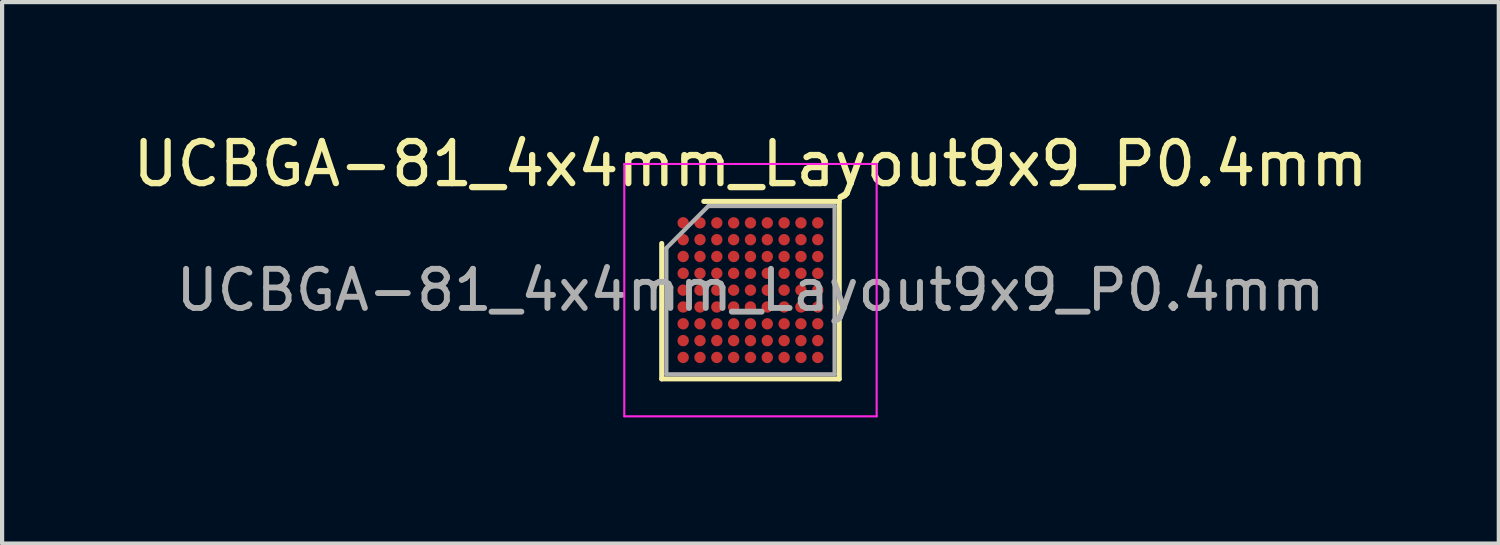
<source format=kicad_pcb>
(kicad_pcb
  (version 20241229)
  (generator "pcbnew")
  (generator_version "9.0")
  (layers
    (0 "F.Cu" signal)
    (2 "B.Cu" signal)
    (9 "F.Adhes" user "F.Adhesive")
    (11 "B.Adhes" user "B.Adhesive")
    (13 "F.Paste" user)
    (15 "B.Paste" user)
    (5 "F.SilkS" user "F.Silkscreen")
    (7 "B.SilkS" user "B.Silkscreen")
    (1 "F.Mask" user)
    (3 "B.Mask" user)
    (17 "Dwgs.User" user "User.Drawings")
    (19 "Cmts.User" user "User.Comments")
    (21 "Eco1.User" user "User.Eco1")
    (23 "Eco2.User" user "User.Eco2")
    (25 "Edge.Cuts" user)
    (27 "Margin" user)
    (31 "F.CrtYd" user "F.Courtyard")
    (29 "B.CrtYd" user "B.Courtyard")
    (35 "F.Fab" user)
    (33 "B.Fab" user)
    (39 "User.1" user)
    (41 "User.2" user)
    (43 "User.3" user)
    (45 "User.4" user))
  (footprint "UCBGA-81_4x4mm_Layout9x9_P0.4mm"
    (layer "F.Cu")
    (at 14.792 3.848)
    (property "Reference" "UCBGA-81_4x4mm_Layout9x9_P0.4mm" (at 0 -3 0) (layer "F.SilkS") (effects (font (size 1 1) (thickness 0.15))))
    (attr smd)
    (fp_line (start -2.11 2.11) (end -2.11 -1.11) (stroke (width 0.12) (type solid)) (layer "F.SilkS"))
    (fp_line (start -1.11 -2.11) (end 2.11 -2.11) (stroke (width 0.12) (type solid)) (layer "F.SilkS"))
    (fp_line (start 2.11 -2.11) (end 2.11 2.11) (stroke (width 0.12) (type solid)) (layer "F.SilkS"))
    (fp_line (start 2.11 2.11) (end -2.11 2.11) (stroke (width 0.12) (type solid)) (layer "F.SilkS"))
    (fp_line (start -3 -3) (end -3 3) (stroke (width 0.05) (type solid)) (layer "F.CrtYd"))
    (fp_line (start -3 3) (end 3 3) (stroke (width 0.05) (type solid)) (layer "F.CrtYd"))
    (fp_line (start 3 -3) (end -3 -3) (stroke (width 0.05) (type solid)) (layer "F.CrtYd"))
    (fp_line (start 3 3) (end 3 -3) (stroke (width 0.05) (type solid)) (layer "F.CrtYd"))
    (fp_line (start -2 -1) (end -1 -2) (stroke (width 0.1) (type solid)) (layer "F.Fab"))
    (fp_line (start -2 2) (end -2 -1) (stroke (width 0.1) (type solid)) (layer "F.Fab"))
    (fp_line (start -1 -2) (end 2 -2) (stroke (width 0.1) (type solid)) (layer "F.Fab"))
    (fp_line (start 2 -2) (end 2 2) (stroke (width 0.1) (type solid)) (layer "F.Fab"))
    (fp_line (start 2 2) (end -2 2) (stroke (width 0.1) (type solid)) (layer "F.Fab"))
    (fp_text user "${REFERENCE}" (at 0 0 0) (layer "F.Fab") (effects (font (size 0.93 0.93) (thickness 0.14))))
    (pad "A1" smd circle (at -1.6 -1.6) (size 0.27 0.27) (layers "F.Cu" "F.Mask" "F.Paste"))
    (pad "A2" smd circle (at -1.2 -1.6) (size 0.27 0.27) (layers "F.Cu" "F.Mask" "F.Paste"))
    (pad "A3" smd circle (at -0.8 -1.6) (size 0.27 0.27) (layers "F.Cu" "F.Mask" "F.Paste"))
    (pad "A4" smd circle (at -0.4 -1.6) (size 0.27 0.27) (layers "F.Cu" "F.Mask" "F.Paste"))
    (pad "A5" smd circle (at 0 -1.6) (size 0.27 0.27) (layers "F.Cu" "F.Mask" "F.Paste"))
    (pad "A6" smd circle (at 0.4 -1.6) (size 0.27 0.27) (layers "F.Cu" "F.Mask" "F.Paste"))
    (pad "A7" smd circle (at 0.8 -1.6) (size 0.27 0.27) (layers "F.Cu" "F.Mask" "F.Paste"))
    (pad "A8" smd circle (at 1.2 -1.6) (size 0.27 0.27) (layers "F.Cu" "F.Mask" "F.Paste"))
    (pad "A9" smd circle (at 1.6 -1.6) (size 0.27 0.27) (layers "F.Cu" "F.Mask" "F.Paste"))
    (pad "B1" smd circle (at -1.6 -1.2) (size 0.27 0.27) (layers "F.Cu" "F.Mask" "F.Paste"))
    (pad "B2" smd circle (at -1.2 -1.2) (size 0.27 0.27) (layers "F.Cu" "F.Mask" "F.Paste"))
    (pad "B3" smd circle (at -0.8 -1.2) (size 0.27 0.27) (layers "F.Cu" "F.Mask" "F.Paste"))
    (pad "B4" smd circle (at -0.4 -1.2) (size 0.27 0.27) (layers "F.Cu" "F.Mask" "F.Paste"))
    (pad "B5" smd circle (at 0 -1.2) (size 0.27 0.27) (layers "F.Cu" "F.Mask" "F.Paste"))
    (pad "B6" smd circle (at 0.4 -1.2) (size 0.27 0.27) (layers "F.Cu" "F.Mask" "F.Paste"))
    (pad "B7" smd circle (at 0.8 -1.2) (size 0.27 0.27) (layers "F.Cu" "F.Mask" "F.Paste"))
    (pad "B8" smd circle (at 1.2 -1.2) (size 0.27 0.27) (layers "F.Cu" "F.Mask" "F.Paste"))
    (pad "B9" smd circle (at 1.6 -1.2) (size 0.27 0.27) (layers "F.Cu" "F.Mask" "F.Paste"))
    (pad "C1" smd circle (at -1.6 -0.8) (size 0.27 0.27) (layers "F.Cu" "F.Mask" "F.Paste"))
    (pad "C2" smd circle (at -1.2 -0.8) (size 0.27 0.27) (layers "F.Cu" "F.Mask" "F.Paste"))
    (pad "C3" smd circle (at -0.8 -0.8) (size 0.27 0.27) (layers "F.Cu" "F.Mask" "F.Paste"))
    (pad "C4" smd circle (at -0.4 -0.8) (size 0.27 0.27) (layers "F.Cu" "F.Mask" "F.Paste"))
    (pad "C5" smd circle (at 0 -0.8) (size 0.27 0.27) (layers "F.Cu" "F.Mask" "F.Paste"))
    (pad "C6" smd circle (at 0.4 -0.8) (size 0.27 0.27) (layers "F.Cu" "F.Mask" "F.Paste"))
    (pad "C7" smd circle (at 0.8 -0.8) (size 0.27 0.27) (layers "F.Cu" "F.Mask" "F.Paste"))
    (pad "C8" smd circle (at 1.2 -0.8) (size 0.27 0.27) (layers "F.Cu" "F.Mask" "F.Paste"))
    (pad "C9" smd circle (at 1.6 -0.8) (size 0.27 0.27) (layers "F.Cu" "F.Mask" "F.Paste"))
    (pad "D1" smd circle (at -1.6 -0.4) (size 0.27 0.27) (layers "F.Cu" "F.Mask" "F.Paste"))
    (pad "D2" smd circle (at -1.2 -0.4) (size 0.27 0.27) (layers "F.Cu" "F.Mask" "F.Paste"))
    (pad "D3" smd circle (at -0.8 -0.4) (size 0.27 0.27) (layers "F.Cu" "F.Mask" "F.Paste"))
    (pad "D4" smd circle (at -0.4 -0.4) (size 0.27 0.27) (layers "F.Cu" "F.Mask" "F.Paste"))
    (pad "D5" smd circle (at 0 -0.4) (size 0.27 0.27) (layers "F.Cu" "F.Mask" "F.Paste"))
    (pad "D6" smd circle (at 0.4 -0.4) (size 0.27 0.27) (layers "F.Cu" "F.Mask" "F.Paste"))
    (pad "D7" smd circle (at 0.8 -0.4) (size 0.27 0.27) (layers "F.Cu" "F.Mask" "F.Paste"))
    (pad "D8" smd circle (at 1.2 -0.4) (size 0.27 0.27) (layers "F.Cu" "F.Mask" "F.Paste"))
    (pad "D9" smd circle (at 1.6 -0.4) (size 0.27 0.27) (layers "F.Cu" "F.Mask" "F.Paste"))
    (pad "E1" smd circle (at -1.6 0) (size 0.27 0.27) (layers "F.Cu" "F.Mask" "F.Paste"))
    (pad "E2" smd circle (at -1.2 0) (size 0.27 0.27) (layers "F.Cu" "F.Mask" "F.Paste"))
    (pad "E3" smd circle (at -0.8 0) (size 0.27 0.27) (layers "F.Cu" "F.Mask" "F.Paste"))
    (pad "E4" smd circle (at -0.4 0) (size 0.27 0.27) (layers "F.Cu" "F.Mask" "F.Paste"))
    (pad "E5" smd circle (at 0 0) (size 0.27 0.27) (layers "F.Cu" "F.Mask" "F.Paste"))
    (pad "E6" smd circle (at 0.4 0) (size 0.27 0.27) (layers "F.Cu" "F.Mask" "F.Paste"))
    (pad "E7" smd circle (at 0.8 0) (size 0.27 0.27) (layers "F.Cu" "F.Mask" "F.Paste"))
    (pad "E8" smd circle (at 1.2 0) (size 0.27 0.27) (layers "F.Cu" "F.Mask" "F.Paste"))
    (pad "E9" smd circle (at 1.6 0) (size 0.27 0.27) (layers "F.Cu" "F.Mask" "F.Paste"))
    (pad "F1" smd circle (at -1.6 0.4) (size 0.27 0.27) (layers "F.Cu" "F.Mask" "F.Paste"))
    (pad "F2" smd circle (at -1.2 0.4) (size 0.27 0.27) (layers "F.Cu" "F.Mask" "F.Paste"))
    (pad "F3" smd circle (at -0.8 0.4) (size 0.27 0.27) (layers "F.Cu" "F.Mask" "F.Paste"))
    (pad "F4" smd circle (at -0.4 0.4) (size 0.27 0.27) (layers "F.Cu" "F.Mask" "F.Paste"))
    (pad "F5" smd circle (at 0 0.4) (size 0.27 0.27) (layers "F.Cu" "F.Mask" "F.Paste"))
    (pad "F6" smd circle (at 0.4 0.4) (size 0.27 0.27) (layers "F.Cu" "F.Mask" "F.Paste"))
    (pad "F7" smd circle (at 0.8 0.4) (size 0.27 0.27) (layers "F.Cu" "F.Mask" "F.Paste"))
    (pad "F8" smd circle (at 1.2 0.4) (size 0.27 0.27) (layers "F.Cu" "F.Mask" "F.Paste"))
    (pad "F9" smd circle (at 1.6 0.4) (size 0.27 0.27) (layers "F.Cu" "F.Mask" "F.Paste"))
    (pad "G1" smd circle (at -1.6 0.8) (size 0.27 0.27) (layers "F.Cu" "F.Mask" "F.Paste"))
    (pad "G2" smd circle (at -1.2 0.8) (size 0.27 0.27) (layers "F.Cu" "F.Mask" "F.Paste"))
    (pad "G3" smd circle (at -0.8 0.8) (size 0.27 0.27) (layers "F.Cu" "F.Mask" "F.Paste"))
    (pad "G4" smd circle (at -0.4 0.8) (size 0.27 0.27) (layers "F.Cu" "F.Mask" "F.Paste"))
    (pad "G5" smd circle (at 0 0.8) (size 0.27 0.27) (layers "F.Cu" "F.Mask" "F.Paste"))
    (pad "G6" smd circle (at 0.4 0.8) (size 0.27 0.27) (layers "F.Cu" "F.Mask" "F.Paste"))
    (pad "G7" smd circle (at 0.8 0.8) (size 0.27 0.27) (layers "F.Cu" "F.Mask" "F.Paste"))
    (pad "G8" smd circle (at 1.2 0.8) (size 0.27 0.27) (layers "F.Cu" "F.Mask" "F.Paste"))
    (pad "G9" smd circle (at 1.6 0.8) (size 0.27 0.27) (layers "F.Cu" "F.Mask" "F.Paste"))
    (pad "H1" smd circle (at -1.6 1.2) (size 0.27 0.27) (layers "F.Cu" "F.Mask" "F.Paste"))
    (pad "H2" smd circle (at -1.2 1.2) (size 0.27 0.27) (layers "F.Cu" "F.Mask" "F.Paste"))
    (pad "H3" smd circle (at -0.8 1.2) (size 0.27 0.27) (layers "F.Cu" "F.Mask" "F.Paste"))
    (pad "H4" smd circle (at -0.4 1.2) (size 0.27 0.27) (layers "F.Cu" "F.Mask" "F.Paste"))
    (pad "H5" smd circle (at 0 1.2) (size 0.27 0.27) (layers "F.Cu" "F.Mask" "F.Paste"))
    (pad "H6" smd circle (at 0.4 1.2) (size 0.27 0.27) (layers "F.Cu" "F.Mask" "F.Paste"))
    (pad "H7" smd circle (at 0.8 1.2) (size 0.27 0.27) (layers "F.Cu" "F.Mask" "F.Paste"))
    (pad "H8" smd circle (at 1.2 1.2) (size 0.27 0.27) (layers "F.Cu" "F.Mask" "F.Paste"))
    (pad "H9" smd circle (at 1.6 1.2) (size 0.27 0.27) (layers "F.Cu" "F.Mask" "F.Paste"))
    (pad "J1" smd circle (at -1.6 1.6) (size 0.27 0.27) (layers "F.Cu" "F.Mask" "F.Paste"))
    (pad "J2" smd circle (at -1.2 1.6) (size 0.27 0.27) (layers "F.Cu" "F.Mask" "F.Paste"))
    (pad "J3" smd circle (at -0.8 1.6) (size 0.27 0.27) (layers "F.Cu" "F.Mask" "F.Paste"))
    (pad "J4" smd circle (at -0.4 1.6) (size 0.27 0.27) (layers "F.Cu" "F.Mask" "F.Paste"))
    (pad "J5" smd circle (at 0 1.6) (size 0.27 0.27) (layers "F.Cu" "F.Mask" "F.Paste"))
    (pad "J6" smd circle (at 0.4 1.6) (size 0.27 0.27) (layers "F.Cu" "F.Mask" "F.Paste"))
    (pad "J7" smd circle (at 0.8 1.6) (size 0.27 0.27) (layers "F.Cu" "F.Mask" "F.Paste"))
    (pad "J8" smd circle (at 1.2 1.6) (size 0.27 0.27) (layers "F.Cu" "F.Mask" "F.Paste"))
    (pad "J9" smd circle (at 1.6 1.6) (size 0.27 0.27) (layers "F.Cu" "F.Mask" "F.Paste")))
  (gr_rect
    (start -3 -3)
    (end 32.583 9.873)
    (stroke (width 0.1) (type default))
    (fill no)
    (layer "Edge.Cuts")))
</source>
